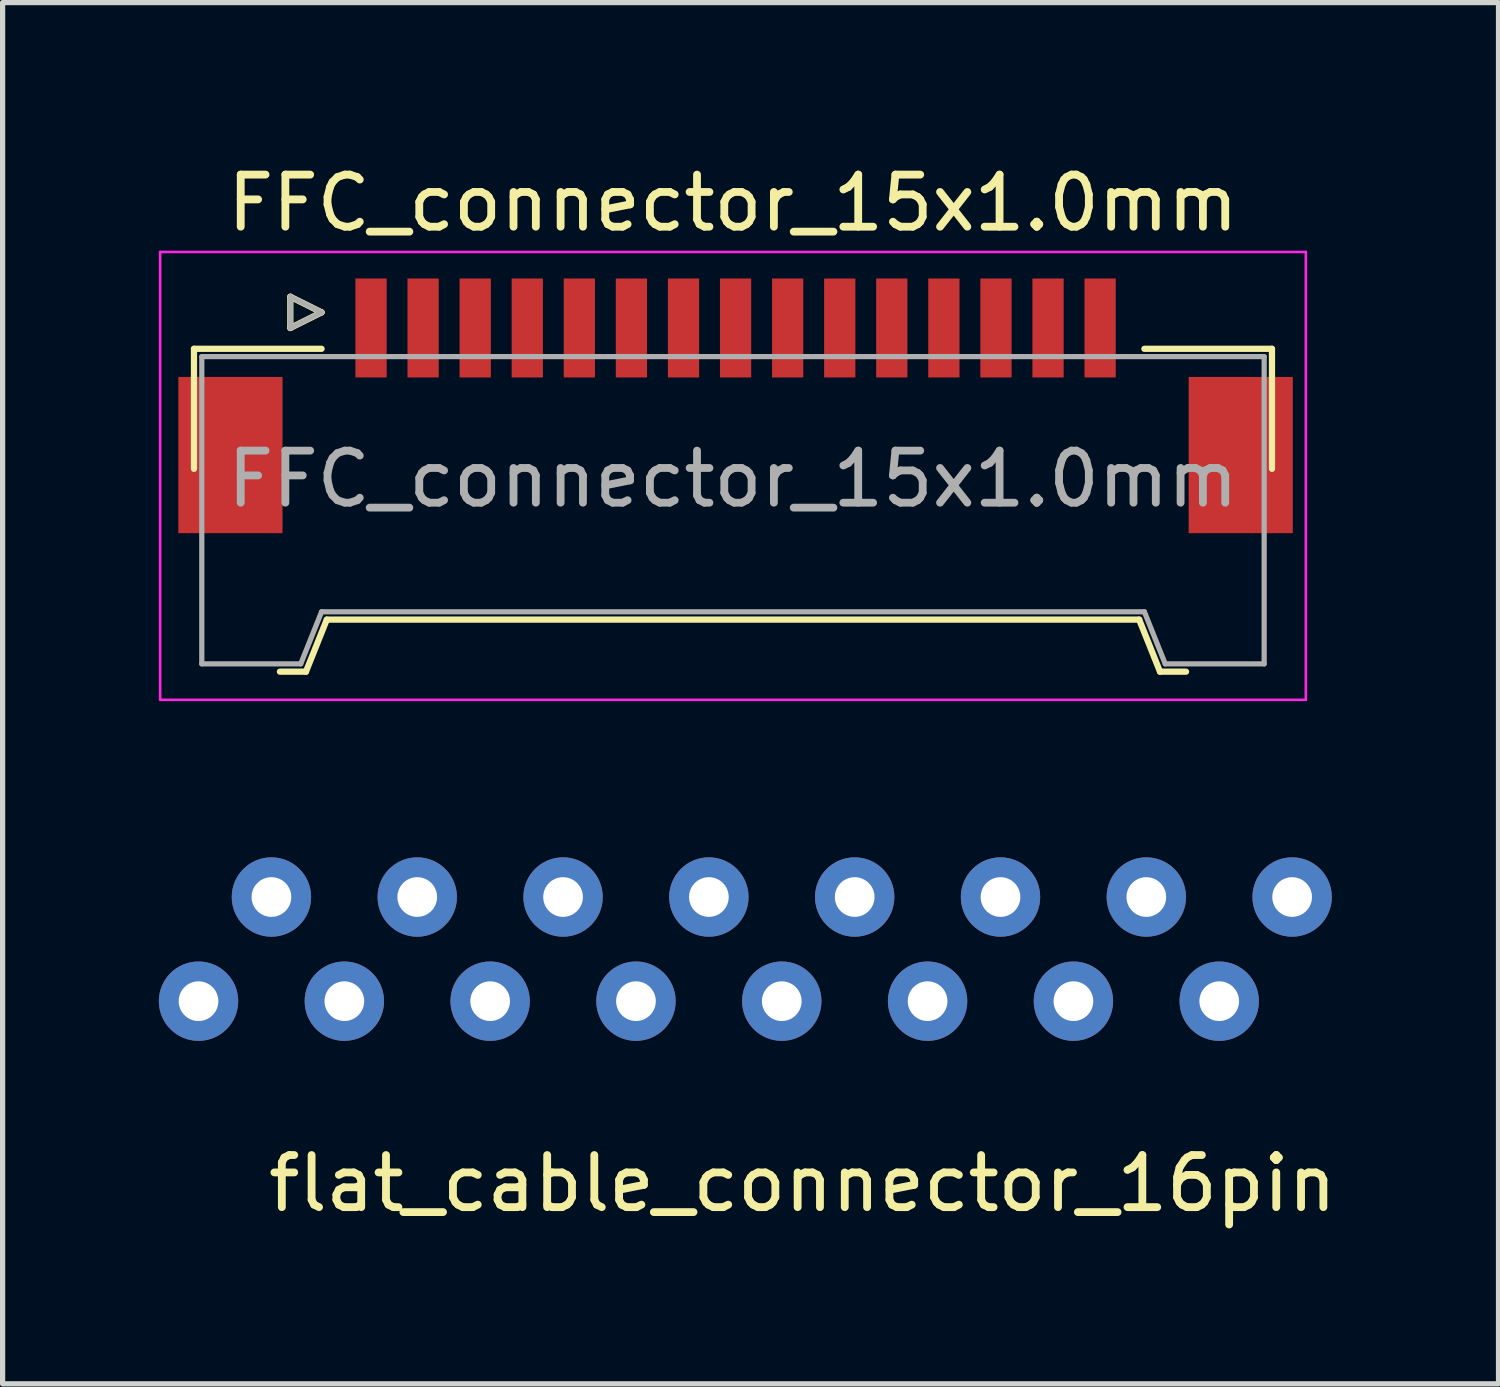
<source format=kicad_pcb>
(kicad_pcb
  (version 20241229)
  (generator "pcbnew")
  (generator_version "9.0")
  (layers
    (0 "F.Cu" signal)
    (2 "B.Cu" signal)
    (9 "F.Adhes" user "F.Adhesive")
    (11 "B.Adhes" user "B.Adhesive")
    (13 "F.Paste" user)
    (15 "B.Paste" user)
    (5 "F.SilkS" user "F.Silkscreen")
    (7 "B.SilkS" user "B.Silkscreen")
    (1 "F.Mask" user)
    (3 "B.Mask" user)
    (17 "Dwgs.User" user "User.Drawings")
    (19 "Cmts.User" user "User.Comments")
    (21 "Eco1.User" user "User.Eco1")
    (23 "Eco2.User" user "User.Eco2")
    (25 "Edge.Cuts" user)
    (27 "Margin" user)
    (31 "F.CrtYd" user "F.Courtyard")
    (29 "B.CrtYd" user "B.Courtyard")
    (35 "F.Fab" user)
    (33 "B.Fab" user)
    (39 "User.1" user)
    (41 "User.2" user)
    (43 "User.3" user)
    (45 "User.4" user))
  (footprint "flat_cable_connector_16pin"
    (layer "F.Cu")
    (at 11.362 17.175)
    (property "Reference" "flat_cable_connector_16pin" (at 1 2.5 0) (layer "F.SilkS") (effects (font (size 1 1) (thickness 0.15))))
    (attr through_hole)
    (pad "1" thru_hole circle (at -10.6 -1) (size 1.524 1.524) (drill 0.762) (layers "*.Cu" "*.Mask"))
    (pad "2" thru_hole circle (at -9.2 -3) (size 1.524 1.524) (drill 0.762) (layers "*.Cu" "*.Mask"))
    (pad "3" thru_hole circle (at -7.8 -1) (size 1.524 1.524) (drill 0.762) (layers "*.Cu" "*.Mask"))
    (pad "4" thru_hole circle (at -6.4 -3) (size 1.524 1.524) (drill 0.762) (layers "*.Cu" "*.Mask"))
    (pad "5" thru_hole circle (at -5 -1) (size 1.524 1.524) (drill 0.762) (layers "*.Cu" "*.Mask"))
    (pad "6" thru_hole circle (at -3.6 -3) (size 1.524 1.524) (drill 0.762) (layers "*.Cu" "*.Mask"))
    (pad "7" thru_hole circle (at -2.2 -1) (size 1.524 1.524) (drill 0.762) (layers "*.Cu" "*.Mask"))
    (pad "8" thru_hole circle (at -0.8 -3) (size 1.524 1.524) (drill 0.762) (layers "*.Cu" "*.Mask"))
    (pad "9" thru_hole circle (at 0.6 -1) (size 1.524 1.524) (drill 0.762) (layers "*.Cu" "*.Mask"))
    (pad "10" thru_hole circle (at 2 -3) (size 1.524 1.524) (drill 0.762) (layers "*.Cu" "*.Mask"))
    (pad "11" thru_hole circle (at 3.4 -1) (size 1.524 1.524) (drill 0.762) (layers "*.Cu" "*.Mask"))
    (pad "12" thru_hole circle (at 4.8 -3) (size 1.524 1.524) (drill 0.762) (layers "*.Cu" "*.Mask"))
    (pad "13" thru_hole circle (at 6.2 -1) (size 1.524 1.524) (drill 0.762) (layers "*.Cu" "*.Mask"))
    (pad "14" thru_hole circle (at 7.6 -3) (size 1.524 1.524) (drill 0.762) (layers "*.Cu" "*.Mask"))
    (pad "15" thru_hole circle (at 9 -1) (size 1.524 1.524) (drill 0.762) (layers "*.Cu" "*.Mask"))
    (pad "16" thru_hole circle (at 10.4 -3) (size 1.524 1.524) (drill 0.762) (layers "*.Cu" "*.Mask")))
  (footprint "FFC_connector_15x1.0mm"
    (layer "F.Cu")
    (at 10.975 5.688)
    (property "Reference" "FFC_connector_15x1.0mm" (at 0.05 -4.84 0) (layer "F.SilkS") (effects (font (size 1 1) (thickness 0.15))))
    (attr smd)
    (fp_line (start -10.3 -2.04) (end -10.3 0.265) (stroke (width 0.12) (type solid)) (layer "F.SilkS"))
    (fp_line (start -8.65 4.16) (end -8.15 4.16) (stroke (width 0.12) (type solid)) (layer "F.SilkS"))
    (fp_line (start -8.45 -3.04) (end -8.45 -2.44) (stroke (width 0.12) (type solid)) (layer "F.SilkS"))
    (fp_line (start -8.45 -2.44) (end -7.85 -2.74) (stroke (width 0.12) (type solid)) (layer "F.SilkS"))
    (fp_line (start -8.15 4.16) (end -7.75 3.16) (stroke (width 0.12) (type solid)) (layer "F.SilkS"))
    (fp_line (start -7.85 -2.74) (end -8.45 -3.04) (stroke (width 0.12) (type solid)) (layer "F.SilkS"))
    (fp_line (start -7.85 -2.04) (end -10.3 -2.04) (stroke (width 0.12) (type solid)) (layer "F.SilkS"))
    (fp_line (start -7.75 3.16) (end 7.85 3.16) (stroke (width 0.12) (type solid)) (layer "F.SilkS"))
    (fp_line (start 7.85 3.16) (end 8.25 4.16) (stroke (width 0.12) (type solid)) (layer "F.SilkS"))
    (fp_line (start 7.95 -2.04) (end 10.4 -2.04) (stroke (width 0.12) (type solid)) (layer "F.SilkS"))
    (fp_line (start 8.25 4.16) (end 8.75 4.16) (stroke (width 0.12) (type solid)) (layer "F.SilkS"))
    (fp_line (start 10.4 -2.04) (end 10.4 0.265) (stroke (width 0.12) (type solid)) (layer "F.SilkS"))
    (fp_line (start -10.95 -3.9) (end -10.95 4.7) (stroke (width 0.05) (type solid)) (layer "F.CrtYd"))
    (fp_line (start -10.95 4.7) (end 11.05 4.7) (stroke (width 0.05) (type solid)) (layer "F.CrtYd"))
    (fp_line (start 11.05 -3.9) (end -10.95 -3.9) (stroke (width 0.05) (type solid)) (layer "F.CrtYd"))
    (fp_line (start 11.05 4.7) (end 11.05 -3.9) (stroke (width 0.05) (type solid)) (layer "F.CrtYd"))
    (fp_line (start -10.15 -1.89) (end -10.15 4.01) (stroke (width 0.1) (type solid)) (layer "F.Fab"))
    (fp_line (start -10.15 4.01) (end -8.25 4.01) (stroke (width 0.1) (type solid)) (layer "F.Fab"))
    (fp_line (start -8.45 -3.04) (end -8.45 -2.44) (stroke (width 0.1) (type solid)) (layer "F.Fab"))
    (fp_line (start -8.45 -2.44) (end -7.85 -2.74) (stroke (width 0.1) (type solid)) (layer "F.Fab"))
    (fp_line (start -8.25 4.01) (end -7.85 3.01) (stroke (width 0.1) (type solid)) (layer "F.Fab"))
    (fp_line (start -7.85 -2.74) (end -8.45 -3.04) (stroke (width 0.1) (type solid)) (layer "F.Fab"))
    (fp_line (start -7.85 3.01) (end 7.95 3.01) (stroke (width 0.1) (type solid)) (layer "F.Fab"))
    (fp_line (start 7.95 3.01) (end 8.35 4.01) (stroke (width 0.1) (type solid)) (layer "F.Fab"))
    (fp_line (start 8.35 4.01) (end 10.25 4.01) (stroke (width 0.1) (type solid)) (layer "F.Fab"))
    (fp_line (start 10.25 -1.89) (end -10.15 -1.89) (stroke (width 0.1) (type solid)) (layer "F.Fab"))
    (fp_line (start 10.25 4.01) (end 10.25 -1.89) (stroke (width 0.1) (type solid)) (layer "F.Fab"))
    (fp_text user "${REFERENCE}" (at 0.05 0.46 0) (layer "F.Fab") (effects (font (size 1 1) (thickness 0.15))))
    (pad "" smd rect (at -9.6 0) (size 2 3) (layers "F.Cu" "F.Mask" "F.Paste"))
    (pad "" smd rect (at 9.8 0) (size 2 3) (layers "F.Cu" "F.Mask" "F.Paste"))
    (pad "1" smd rect (at -6.9 -2.44) (size 0.6 1.9) (layers "F.Cu" "F.Mask" "F.Paste"))
    (pad "2" smd rect (at -5.9 -2.44) (size 0.6 1.9) (layers "F.Cu" "F.Mask" "F.Paste"))
    (pad "3" smd rect (at -4.9 -2.44) (size 0.6 1.9) (layers "F.Cu" "F.Mask" "F.Paste"))
    (pad "4" smd rect (at -3.9 -2.44) (size 0.6 1.9) (layers "F.Cu" "F.Mask" "F.Paste"))
    (pad "5" smd rect (at -2.9 -2.44) (size 0.6 1.9) (layers "F.Cu" "F.Mask" "F.Paste"))
    (pad "6" smd rect (at -1.9 -2.44) (size 0.6 1.9) (layers "F.Cu" "F.Mask" "F.Paste"))
    (pad "7" smd rect (at -0.9 -2.44) (size 0.6 1.9) (layers "F.Cu" "F.Mask" "F.Paste"))
    (pad "8" smd rect (at 0.1 -2.44) (size 0.6 1.9) (layers "F.Cu" "F.Mask" "F.Paste"))
    (pad "9" smd rect (at 1.1 -2.44) (size 0.6 1.9) (layers "F.Cu" "F.Mask" "F.Paste"))
    (pad "10" smd rect (at 2.1 -2.44) (size 0.6 1.9) (layers "F.Cu" "F.Mask" "F.Paste"))
    (pad "11" smd rect (at 3.1 -2.44) (size 0.6 1.9) (layers "F.Cu" "F.Mask" "F.Paste"))
    (pad "12" smd rect (at 4.1 -2.44) (size 0.6 1.9) (layers "F.Cu" "F.Mask" "F.Paste"))
    (pad "13" smd rect (at 5.1 -2.44) (size 0.6 1.9) (layers "F.Cu" "F.Mask" "F.Paste"))
    (pad "14" smd rect (at 6.1 -2.44) (size 0.6 1.9) (layers "F.Cu" "F.Mask" "F.Paste"))
    (pad "15" smd rect (at 7.1 -2.44) (size 0.6 1.9) (layers "F.Cu" "F.Mask" "F.Paste")))
  (gr_rect
    (start -3 -3)
    (end 25.725 23.523)
    (stroke (width 0.1) (type default))
    (fill no)
    (layer "Edge.Cuts")))
</source>
